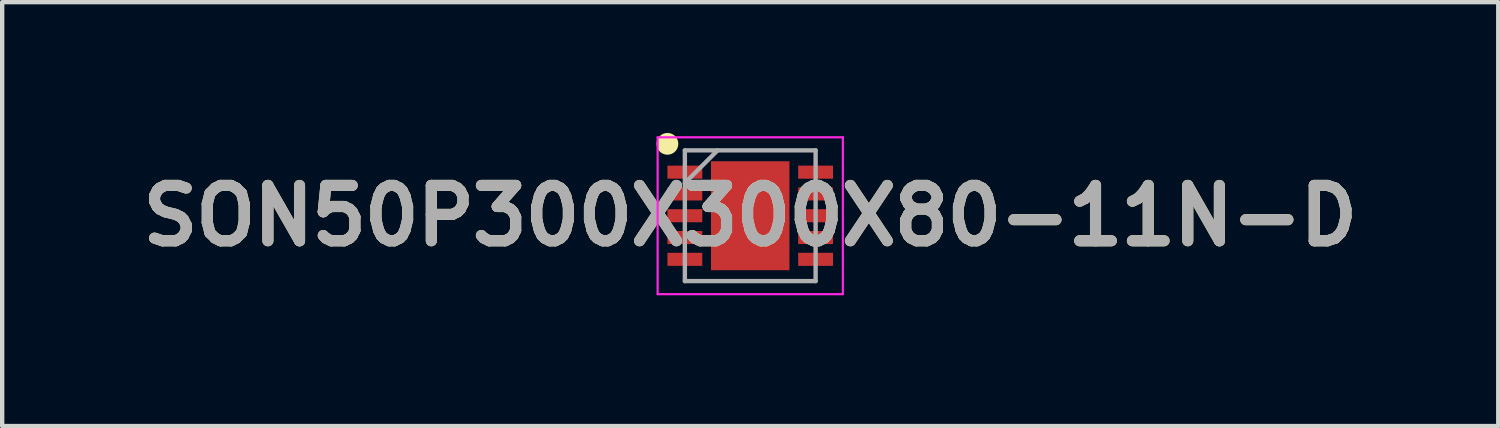
<source format=kicad_pcb>
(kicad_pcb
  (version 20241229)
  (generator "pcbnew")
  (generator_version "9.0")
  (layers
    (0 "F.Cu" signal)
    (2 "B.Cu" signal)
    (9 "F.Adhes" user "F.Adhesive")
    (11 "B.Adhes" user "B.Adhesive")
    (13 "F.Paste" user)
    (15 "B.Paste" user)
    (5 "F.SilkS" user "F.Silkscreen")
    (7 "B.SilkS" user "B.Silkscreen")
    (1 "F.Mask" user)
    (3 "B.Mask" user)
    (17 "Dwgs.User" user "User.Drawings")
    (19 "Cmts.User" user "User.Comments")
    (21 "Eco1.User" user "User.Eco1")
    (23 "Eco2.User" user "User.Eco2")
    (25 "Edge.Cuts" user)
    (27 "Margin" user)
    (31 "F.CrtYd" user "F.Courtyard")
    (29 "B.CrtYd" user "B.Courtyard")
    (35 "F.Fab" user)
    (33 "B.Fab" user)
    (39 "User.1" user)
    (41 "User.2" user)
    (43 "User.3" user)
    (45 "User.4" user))
  (footprint "SON50P300X300X80-11N-D"
    (layer "F.Cu")
    (at 14.164 1.9)
    (property "Reference" "SON50P300X300X80-11N-D" (at 0 0 0) (layer "F.SilkS") (effects (font (size 1.27 1.27) (thickness 0.254))))
    (attr smd)
    (fp_circle (center -1.9 -1.65) (end -1.9 -1.525) (stroke (width 0.25) (type solid)) (fill no) (layer "F.SilkS"))
    (fp_line (start -2.125 -1.8) (end 2.125 -1.8) (stroke (width 0.05) (type solid)) (layer "F.CrtYd"))
    (fp_line (start -2.125 1.8) (end -2.125 -1.8) (stroke (width 0.05) (type solid)) (layer "F.CrtYd"))
    (fp_line (start 2.125 -1.8) (end 2.125 1.8) (stroke (width 0.05) (type solid)) (layer "F.CrtYd"))
    (fp_line (start 2.125 1.8) (end -2.125 1.8) (stroke (width 0.05) (type solid)) (layer "F.CrtYd"))
    (fp_line (start -1.5 -1.5) (end 1.5 -1.5) (stroke (width 0.1) (type solid)) (layer "F.Fab"))
    (fp_line (start -1.5 -0.75) (end -0.75 -1.5) (stroke (width 0.1) (type solid)) (layer "F.Fab"))
    (fp_line (start -1.5 1.5) (end -1.5 -1.5) (stroke (width 0.1) (type solid)) (layer "F.Fab"))
    (fp_line (start 1.5 -1.5) (end 1.5 1.5) (stroke (width 0.1) (type solid)) (layer "F.Fab"))
    (fp_line (start 1.5 1.5) (end -1.5 1.5) (stroke (width 0.1) (type solid)) (layer "F.Fab"))
    (fp_text user "${REFERENCE}" (at 0 0 0) (layer "F.Fab") (effects (font (size 1.27 1.27) (thickness 0.254))))
    (pad "1" smd rect (at -1.5 -1 90) (size 0.3 0.8) (layers "F.Cu" "F.Mask" "F.Paste"))
    (pad "2" smd rect (at -1.5 -0.5 90) (size 0.3 0.8) (layers "F.Cu" "F.Mask" "F.Paste"))
    (pad "3" smd rect (at -1.5 0 90) (size 0.3 0.8) (layers "F.Cu" "F.Mask" "F.Paste"))
    (pad "4" smd rect (at -1.5 0.5 90) (size 0.3 0.8) (layers "F.Cu" "F.Mask" "F.Paste"))
    (pad "5" smd rect (at -1.5 1 90) (size 0.3 0.8) (layers "F.Cu" "F.Mask" "F.Paste"))
    (pad "6" smd rect (at 1.5 1 90) (size 0.3 0.8) (layers "F.Cu" "F.Mask" "F.Paste"))
    (pad "7" smd rect (at 1.5 0.5 90) (size 0.3 0.8) (layers "F.Cu" "F.Mask" "F.Paste"))
    (pad "8" smd rect (at 1.5 0 90) (size 0.3 0.8) (layers "F.Cu" "F.Mask" "F.Paste"))
    (pad "9" smd rect (at 1.5 -0.5 90) (size 0.3 0.8) (layers "F.Cu" "F.Mask" "F.Paste"))
    (pad "10" smd rect (at 1.5 -1 90) (size 0.3 0.8) (layers "F.Cu" "F.Mask" "F.Paste"))
    (pad "11" smd rect (at 0 0) (size 1.8 2.5) (layers "F.Cu" "F.Mask" "F.Paste")))
  (gr_rect
    (start -3 -3)
    (end 31.327 6.725)
    (stroke (width 0.1) (type default))
    (fill no)
    (layer "Edge.Cuts")))
</source>
